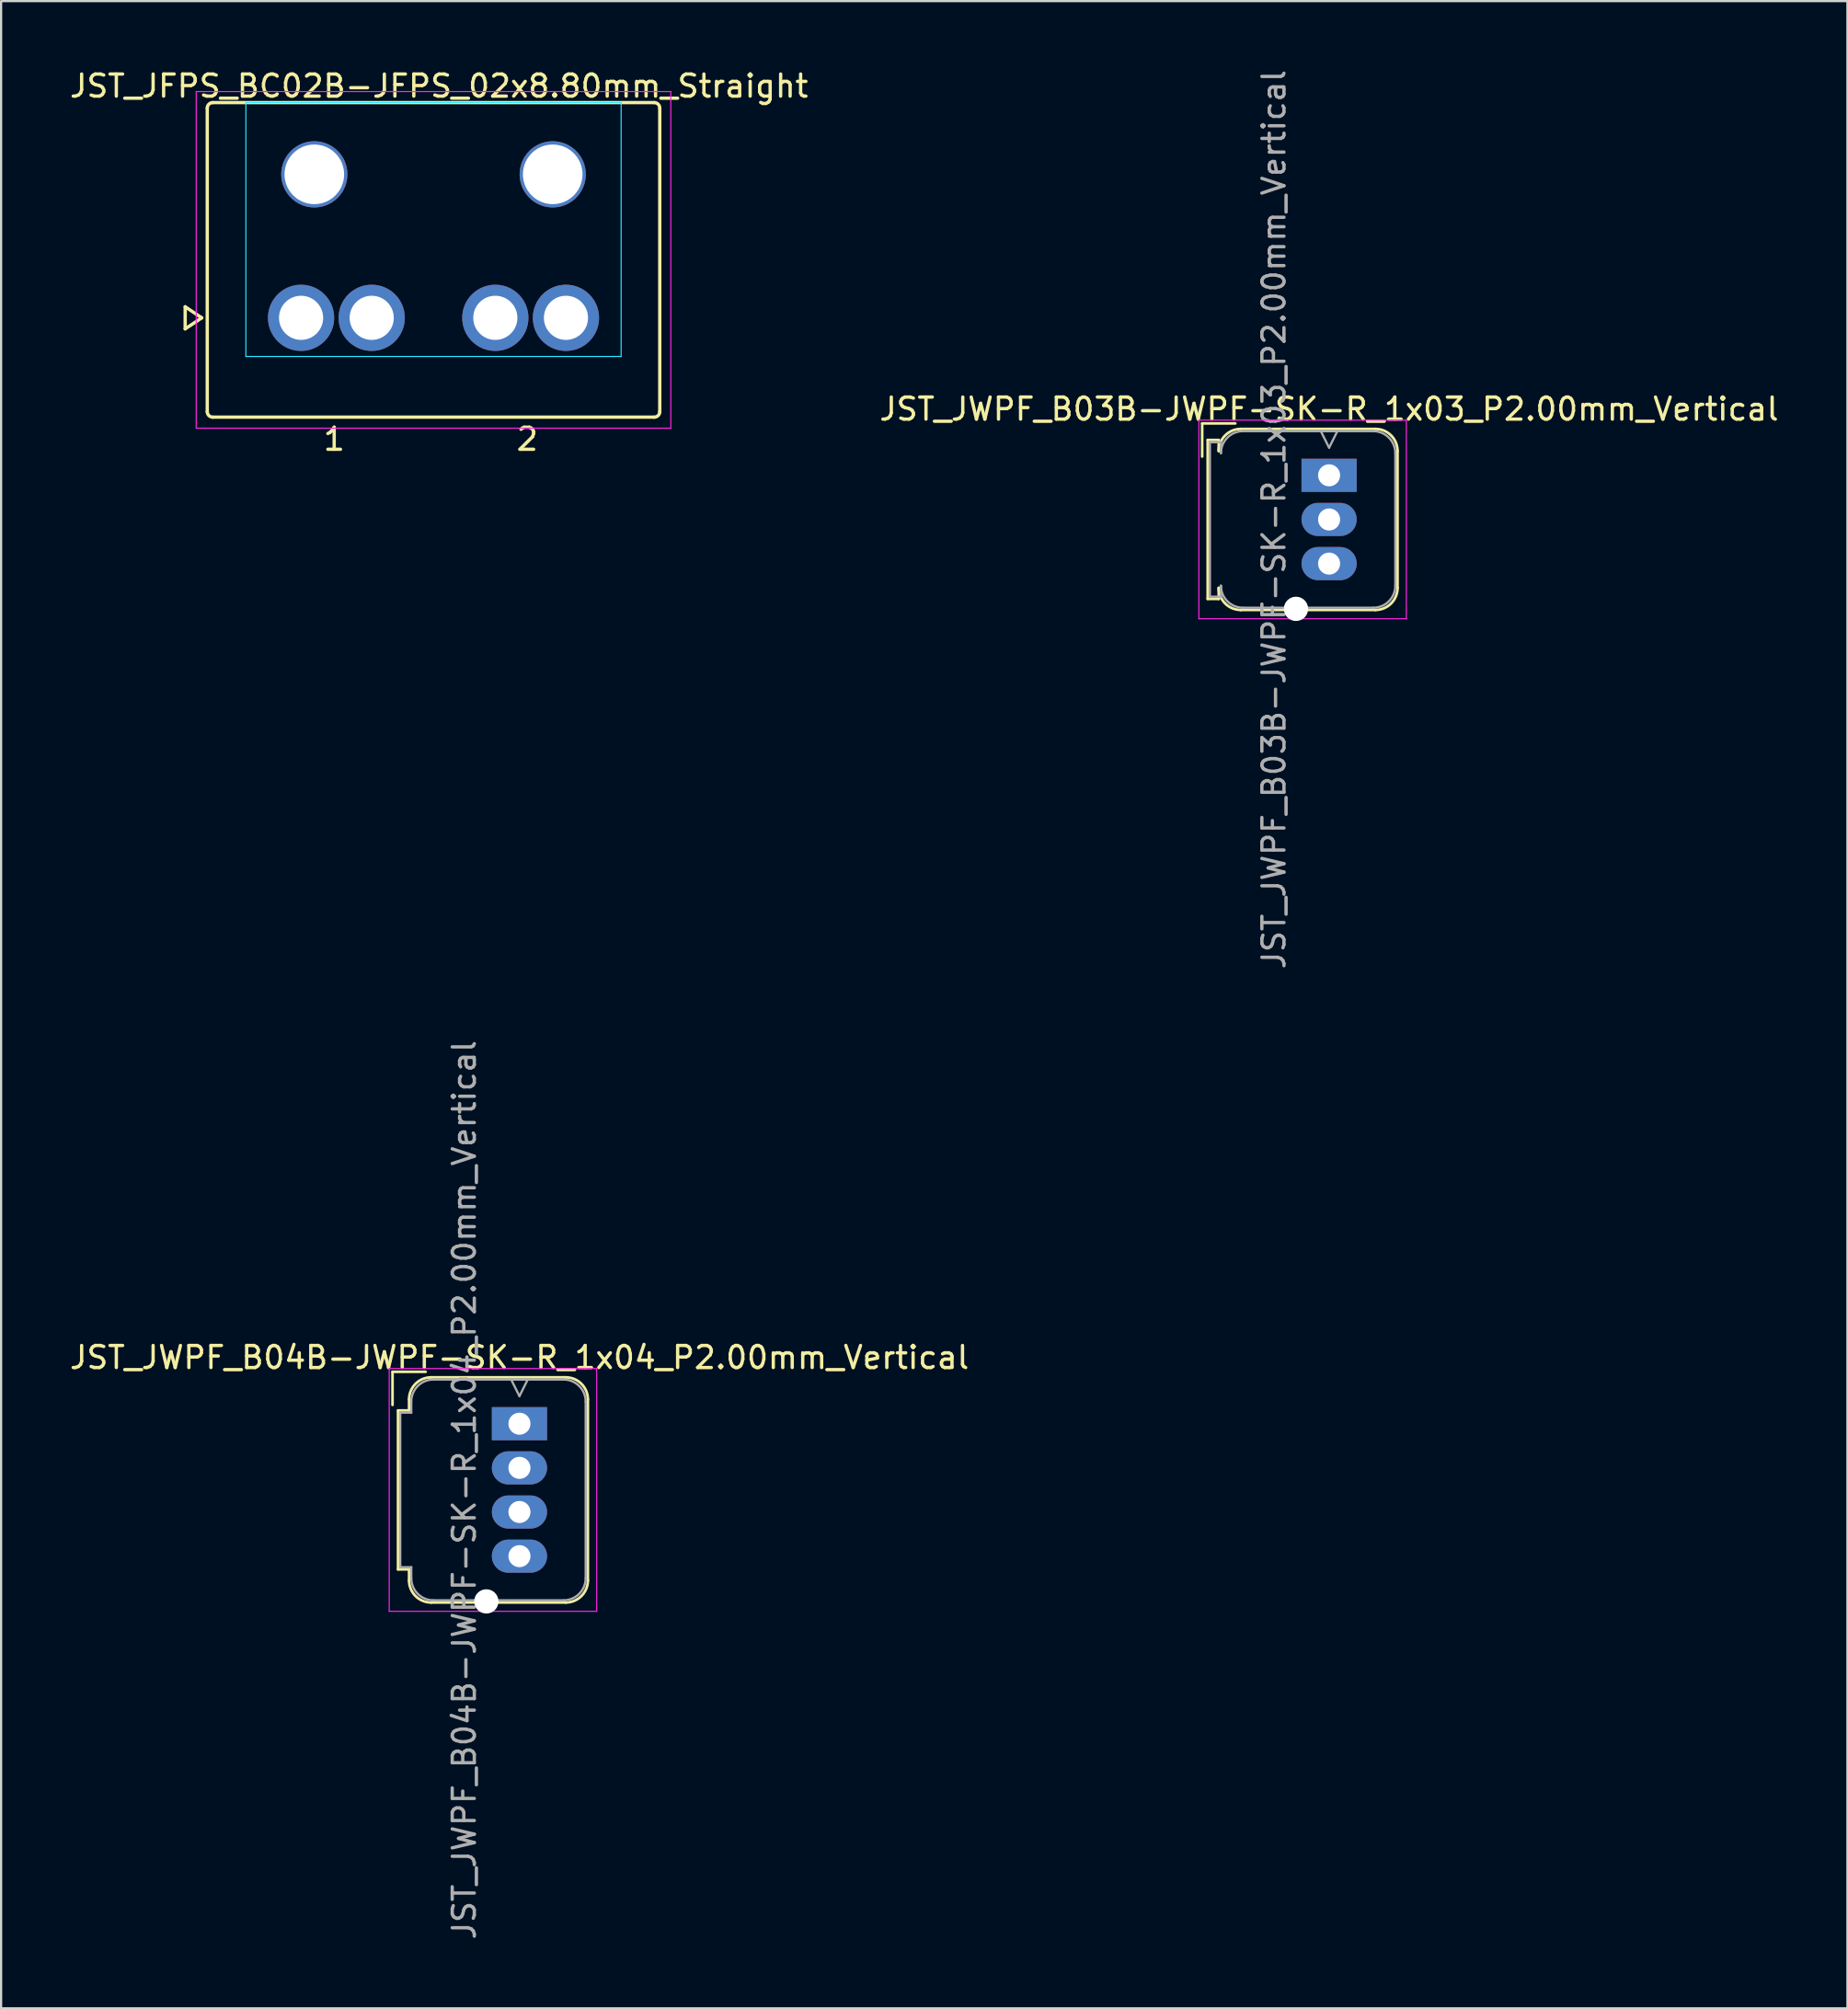
<source format=kicad_pcb>
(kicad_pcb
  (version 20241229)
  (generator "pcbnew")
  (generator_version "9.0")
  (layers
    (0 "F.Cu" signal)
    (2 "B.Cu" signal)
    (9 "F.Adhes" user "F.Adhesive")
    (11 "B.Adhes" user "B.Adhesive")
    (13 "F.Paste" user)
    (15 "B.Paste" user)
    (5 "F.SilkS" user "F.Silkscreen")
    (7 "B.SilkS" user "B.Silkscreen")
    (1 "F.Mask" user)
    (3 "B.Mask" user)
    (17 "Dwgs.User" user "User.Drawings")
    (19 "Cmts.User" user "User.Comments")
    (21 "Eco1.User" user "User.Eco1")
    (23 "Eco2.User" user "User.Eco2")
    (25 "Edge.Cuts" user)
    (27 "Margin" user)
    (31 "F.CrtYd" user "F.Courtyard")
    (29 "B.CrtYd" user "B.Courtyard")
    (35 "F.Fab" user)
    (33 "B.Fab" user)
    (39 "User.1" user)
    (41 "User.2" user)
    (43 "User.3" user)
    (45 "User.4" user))
  (footprint "JST_JWPF_B03B-JWPF-SK-R_1x03_P2.00mm_Vertical"
    (layer "F.Cu")
    (at 57.161 18.482)
    (property "Reference" "JST_JWPF_B03B-JWPF-SK-R_1x03_P2.00mm_Vertical" (at 0 -3 0) (layer "F.SilkS") (effects (font (size 1 1) (thickness 0.15))))
    (attr through_hole)
    (fp_line (start -5.75 -2.35) (end -4.25 -2.35) (stroke (width 0.12) (type solid)) (layer "F.SilkS"))
    (fp_line (start -5.75 -0.85) (end -5.75 -2.35) (stroke (width 0.12) (type solid)) (layer "F.SilkS"))
    (fp_line (start -5.5 -1.6) (end -5.5 5.6) (stroke (width 0.12) (type solid)) (layer "F.SilkS"))
    (fp_line (start -5.5 5.6) (end -5 5.6) (stroke (width 0.12) (type solid)) (layer "F.SilkS"))
    (fp_line (start -5 -1.6) (end -5.5 -1.6) (stroke (width 0.12) (type solid)) (layer "F.SilkS"))
    (fp_line (start -5 -1.1) (end -5 -1.6) (stroke (width 0.12) (type solid)) (layer "F.SilkS"))
    (fp_line (start -5 5.6) (end -5 5.1) (stroke (width 0.12) (type solid)) (layer "F.SilkS"))
    (fp_line (start -4 -2.1) (end 2.1 -2.1) (stroke (width 0.12) (type solid)) (layer "F.SilkS"))
    (fp_line (start -4 6.1) (end 2.1 6.1) (stroke (width 0.12) (type solid)) (layer "F.SilkS"))
    (fp_line (start 3.1 -1.1) (end 3.1 5.1) (stroke (width 0.12) (type solid)) (layer "F.SilkS"))
    (fp_arc (start -5 -1.1) (mid -4.707107 -1.807107) (end -4 -2.1) (stroke (width 0.12) (type solid)) (layer "F.SilkS"))
    (fp_arc (start -4 6.1) (mid -4.707107 5.807107) (end -5 5.1) (stroke (width 0.12) (type solid)) (layer "F.SilkS"))
    (fp_arc (start 2.1 -2.1) (mid 2.807107 -1.807107) (end 3.1 -1.1) (stroke (width 0.12) (type solid)) (layer "F.SilkS"))
    (fp_arc (start 3.1 5.1) (mid 2.807107 5.807107) (end 2.1 6.1) (stroke (width 0.12) (type solid)) (layer "F.SilkS"))
    (fp_line (start -5.9 -2.5) (end -5.9 6.5) (stroke (width 0.05) (type solid)) (layer "F.CrtYd"))
    (fp_line (start -5.9 6.5) (end 3.5 6.5) (stroke (width 0.05) (type solid)) (layer "F.CrtYd"))
    (fp_line (start 3.5 -2.5) (end -5.9 -2.5) (stroke (width 0.05) (type solid)) (layer "F.CrtYd"))
    (fp_line (start 3.5 6.5) (end 3.5 -2.5) (stroke (width 0.05) (type solid)) (layer "F.CrtYd"))
    (fp_line (start -5.4 -1.5) (end -5.4 5.5) (stroke (width 0.1) (type solid)) (layer "F.Fab"))
    (fp_line (start -5.4 5.5) (end -4.9 5.5) (stroke (width 0.1) (type solid)) (layer "F.Fab"))
    (fp_line (start -4.9 -1.5) (end -5.4 -1.5) (stroke (width 0.1) (type solid)) (layer "F.Fab"))
    (fp_line (start -4.9 -1) (end -4.9 -1.5) (stroke (width 0.1) (type solid)) (layer "F.Fab"))
    (fp_line (start -4.9 5.5) (end -4.9 5) (stroke (width 0.1) (type solid)) (layer "F.Fab"))
    (fp_line (start -3.9 -2) (end 2 -2) (stroke (width 0.1) (type solid)) (layer "F.Fab"))
    (fp_line (start -3.9 6) (end 2 6) (stroke (width 0.1) (type solid)) (layer "F.Fab"))
    (fp_line (start -0.375 -2) (end 0.375 -2) (stroke (width 0.1) (type solid)) (layer "F.Fab"))
    (fp_line (start 0 -1.25) (end -0.375 -2) (stroke (width 0.1) (type solid)) (layer "F.Fab"))
    (fp_line (start 0.375 -2) (end 0 -1.25) (stroke (width 0.1) (type solid)) (layer "F.Fab"))
    (fp_line (start 3 -1) (end 3 5) (stroke (width 0.1) (type solid)) (layer "F.Fab"))
    (fp_arc (start -4.9 -1) (mid -4.607107 -1.707107) (end -3.9 -2) (stroke (width 0.1) (type solid)) (layer "F.Fab"))
    (fp_arc (start -3.9 6) (mid -4.607107 5.707107) (end -4.9 5) (stroke (width 0.1) (type solid)) (layer "F.Fab"))
    (fp_arc (start 2 -2) (mid 2.707107 -1.707107) (end 3 -1) (stroke (width 0.1) (type solid)) (layer "F.Fab"))
    (fp_arc (start 3 5) (mid 2.707107 5.707107) (end 2 6) (stroke (width 0.1) (type solid)) (layer "F.Fab"))
    (fp_text user "${REFERENCE}" (at -2.5 2 90) (layer "F.Fab") (effects (font (size 1 1) (thickness 0.15))))
    (pad "" np_thru_hole circle (at -1.5 6.05) (size 1.1 1.1) (drill 1.1) (layers "*.Cu" "*.Mask"))
    (pad "1" thru_hole rect (at 0 0) (size 2.5 1.5) (drill 1) (layers "*.Cu" "*.Mask"))
    (pad "2" thru_hole oval (at 0 2) (size 2.5 1.5) (drill 1) (layers "*.Cu" "*.Mask"))
    (pad "3" thru_hole oval (at 0 4) (size 2.5 1.5) (drill 1) (layers "*.Cu" "*.Mask")))
  (footprint "JST_JFPS_BC02B-JFPS_02x8.80mm_Straight"
    (layer "F.Cu")
    (at 12.189 11.348)
    (property "Reference" "JST_JFPS_BC02B-JFPS_02x8.80mm_Straight" (at 4.65 -10.5 0) (layer "F.SilkS") (effects (font (size 1 1) (thickness 0.15))))
    (attr through_hole)
    (fp_line (start -6.85 -0.5) (end -6.85 0.5) (stroke (width 0.15) (type solid)) (layer "F.SilkS"))
    (fp_line (start -6.85 0.5) (end -6.1 0) (stroke (width 0.15) (type solid)) (layer "F.SilkS"))
    (fp_line (start -6.1 0) (end -6.85 -0.5) (stroke (width 0.15) (type solid)) (layer "F.SilkS"))
    (fp_line (start -5.85 -9.5) (end -5.85 4.25) (stroke (width 0.15) (type solid)) (layer "F.SilkS"))
    (fp_line (start 14.4 -9.75) (end -5.6 -9.75) (stroke (width 0.15) (type solid)) (layer "F.SilkS"))
    (fp_line (start 14.4 4.5) (end -5.6 4.5) (stroke (width 0.15) (type solid)) (layer "F.SilkS"))
    (fp_line (start 14.65 4.25) (end 14.65 -9.5) (stroke (width 0.15) (type solid)) (layer "F.SilkS"))
    (fp_arc (start -5.85 -9.5) (mid -5.776777 -9.676777) (end -5.6 -9.75) (stroke (width 0.15) (type solid)) (layer "F.SilkS"))
    (fp_arc (start -5.6 4.5) (mid -5.776777 4.426777) (end -5.85 4.25) (stroke (width 0.15) (type solid)) (layer "F.SilkS"))
    (fp_arc (start 14.4 -9.75) (mid 14.576777 -9.676777) (end 14.65 -9.5) (stroke (width 0.15) (type solid)) (layer "F.SilkS"))
    (fp_arc (start 14.65 4.25) (mid 14.576777 4.426777) (end 14.4 4.5) (stroke (width 0.15) (type solid)) (layer "F.SilkS"))
    (fp_line (start -4.1 -9.75) (end -4.1 1.75) (stroke (width 0.05) (type solid)) (layer "B.CrtYd"))
    (fp_line (start -4.1 1.75) (end 12.9 1.75) (stroke (width 0.05) (type solid)) (layer "B.CrtYd"))
    (fp_line (start 12.9 -9.75) (end -4.1 -9.75) (stroke (width 0.05) (type solid)) (layer "B.CrtYd"))
    (fp_line (start 12.9 1.75) (end 12.9 -9.75) (stroke (width 0.05) (type solid)) (layer "B.CrtYd"))
    (fp_line (start -6.35 -10.25) (end 15.15 -10.25) (stroke (width 0.05) (type solid)) (layer "F.CrtYd"))
    (fp_line (start -6.35 5) (end -6.35 -10.25) (stroke (width 0.05) (type solid)) (layer "F.CrtYd"))
    (fp_line (start 15.15 -10.25) (end 15.15 5) (stroke (width 0.05) (type solid)) (layer "F.CrtYd"))
    (fp_line (start 15.15 5) (end -6.35 5) (stroke (width 0.05) (type solid)) (layer "F.CrtYd"))
    (fp_text user "2" (at 8.65 5.5 0) (layer "F.SilkS") (effects (font (size 1 1) (thickness 0.15))))
    (fp_text user "1" (at -0.1 5.5 0) (layer "F.SilkS") (effects (font (size 1 1) (thickness 0.15))))
    (pad "" thru_hole circle (at -1 -6.5) (size 3 3) (drill 2.7) (layers "*.Cu" "*.Mask"))
    (pad "" thru_hole circle (at 9.8 -6.5) (size 3 3) (drill 2.7) (layers "*.Cu" "*.Mask"))
    (pad "1" thru_hole circle (at -1.6 0) (size 3 3) (drill 2) (layers "*.Cu" "*.Mask"))
    (pad "1" thru_hole circle (at 1.6 0) (size 3 3) (drill 2) (layers "*.Cu" "*.Mask"))
    (pad "2" thru_hole circle (at 7.2 0) (size 3 3) (drill 2) (layers "*.Cu" "*.Mask"))
    (pad "2" thru_hole circle (at 10.4 0) (size 3 3) (drill 2) (layers "*.Cu" "*.Mask")))
  (footprint "JST_JWPF_B04B-JWPF-SK-R_1x04_P2.00mm_Vertical"
    (layer "F.Cu")
    (at 20.482 61.446)
    (property "Reference" "JST_JWPF_B04B-JWPF-SK-R_1x04_P2.00mm_Vertical" (at 0 -3 0) (layer "F.SilkS") (effects (font (size 1 1) (thickness 0.15))))
    (attr through_hole)
    (fp_line (start -5.75 -2.35) (end -4.25 -2.35) (stroke (width 0.12) (type solid)) (layer "F.SilkS"))
    (fp_line (start -5.75 -0.85) (end -5.75 -2.35) (stroke (width 0.12) (type solid)) (layer "F.SilkS"))
    (fp_line (start -5.5 -0.6) (end -5.5 6.6) (stroke (width 0.12) (type solid)) (layer "F.SilkS"))
    (fp_line (start -5.5 6.6) (end -5 6.6) (stroke (width 0.12) (type solid)) (layer "F.SilkS"))
    (fp_line (start -5 -1.1) (end -5 -0.6) (stroke (width 0.12) (type solid)) (layer "F.SilkS"))
    (fp_line (start -5 -0.6) (end -5.5 -0.6) (stroke (width 0.12) (type solid)) (layer "F.SilkS"))
    (fp_line (start -5 6.6) (end -5 7.1) (stroke (width 0.12) (type solid)) (layer "F.SilkS"))
    (fp_line (start -4 -2.1) (end 2.1 -2.1) (stroke (width 0.12) (type solid)) (layer "F.SilkS"))
    (fp_line (start -4 8.1) (end 2.1 8.1) (stroke (width 0.12) (type solid)) (layer "F.SilkS"))
    (fp_line (start 3.1 -1.1) (end 3.1 7.1) (stroke (width 0.12) (type solid)) (layer "F.SilkS"))
    (fp_arc (start -5 -1.1) (mid -4.707107 -1.807107) (end -4 -2.1) (stroke (width 0.12) (type solid)) (layer "F.SilkS"))
    (fp_arc (start -4 8.1) (mid -4.707107 7.807107) (end -5 7.1) (stroke (width 0.12) (type solid)) (layer "F.SilkS"))
    (fp_arc (start 2.1 -2.1) (mid 2.807107 -1.807107) (end 3.1 -1.1) (stroke (width 0.12) (type solid)) (layer "F.SilkS"))
    (fp_arc (start 3.1 7.1) (mid 2.807107 7.807107) (end 2.1 8.1) (stroke (width 0.12) (type solid)) (layer "F.SilkS"))
    (fp_line (start -5.9 -2.5) (end -5.9 8.5) (stroke (width 0.05) (type solid)) (layer "F.CrtYd"))
    (fp_line (start -5.9 8.5) (end 3.5 8.5) (stroke (width 0.05) (type solid)) (layer "F.CrtYd"))
    (fp_line (start 3.5 -2.5) (end -5.9 -2.5) (stroke (width 0.05) (type solid)) (layer "F.CrtYd"))
    (fp_line (start 3.5 8.5) (end 3.5 -2.5) (stroke (width 0.05) (type solid)) (layer "F.CrtYd"))
    (fp_line (start -5.4 -0.5) (end -5.4 6.5) (stroke (width 0.1) (type solid)) (layer "F.Fab"))
    (fp_line (start -5.4 6.5) (end -4.9 6.5) (stroke (width 0.1) (type solid)) (layer "F.Fab"))
    (fp_line (start -4.9 -1) (end -4.9 -0.5) (stroke (width 0.1) (type solid)) (layer "F.Fab"))
    (fp_line (start -4.9 -0.5) (end -5.4 -0.5) (stroke (width 0.1) (type solid)) (layer "F.Fab"))
    (fp_line (start -4.9 6.5) (end -4.9 7) (stroke (width 0.1) (type solid)) (layer "F.Fab"))
    (fp_line (start -3.9 -2) (end 2 -2) (stroke (width 0.1) (type solid)) (layer "F.Fab"))
    (fp_line (start -3.9 8) (end 2 8) (stroke (width 0.1) (type solid)) (layer "F.Fab"))
    (fp_line (start -0.375 -2) (end 0.375 -2) (stroke (width 0.1) (type solid)) (layer "F.Fab"))
    (fp_line (start 0 -1.25) (end -0.375 -2) (stroke (width 0.1) (type solid)) (layer "F.Fab"))
    (fp_line (start 0.375 -2) (end 0 -1.25) (stroke (width 0.1) (type solid)) (layer "F.Fab"))
    (fp_line (start 3 -1) (end 3 7) (stroke (width 0.1) (type solid)) (layer "F.Fab"))
    (fp_arc (start -4.9 -1) (mid -4.607107 -1.707107) (end -3.9 -2) (stroke (width 0.1) (type solid)) (layer "F.Fab"))
    (fp_arc (start -3.9 8) (mid -4.607107 7.707107) (end -4.9 7) (stroke (width 0.1) (type solid)) (layer "F.Fab"))
    (fp_arc (start 2 -2) (mid 2.707107 -1.707107) (end 3 -1) (stroke (width 0.1) (type solid)) (layer "F.Fab"))
    (fp_arc (start 3 7) (mid 2.707107 7.707107) (end 2 8) (stroke (width 0.1) (type solid)) (layer "F.Fab"))
    (fp_text user "${REFERENCE}" (at -2.5 3 90) (layer "F.Fab") (effects (font (size 1 1) (thickness 0.15))))
    (pad "" np_thru_hole circle (at -1.5 8.05) (size 1.1 1.1) (drill 1.1) (layers "*.Cu" "*.Mask"))
    (pad "1" thru_hole rect (at 0 0) (size 2.5 1.5) (drill 1) (layers "*.Cu" "*.Mask"))
    (pad "2" thru_hole oval (at 0 2) (size 2.5 1.5) (drill 1) (layers "*.Cu" "*.Mask"))
    (pad "3" thru_hole oval (at 0 4) (size 2.5 1.5) (drill 1) (layers "*.Cu" "*.Mask"))
    (pad "4" thru_hole oval (at 0 6) (size 2.5 1.5) (drill 1) (layers "*.Cu" "*.Mask")))
  (gr_rect
    (start -3 -3)
    (end 80.643 87.929)
    (stroke (width 0.1) (type default))
    (fill no)
    (layer "Edge.Cuts")))
</source>
